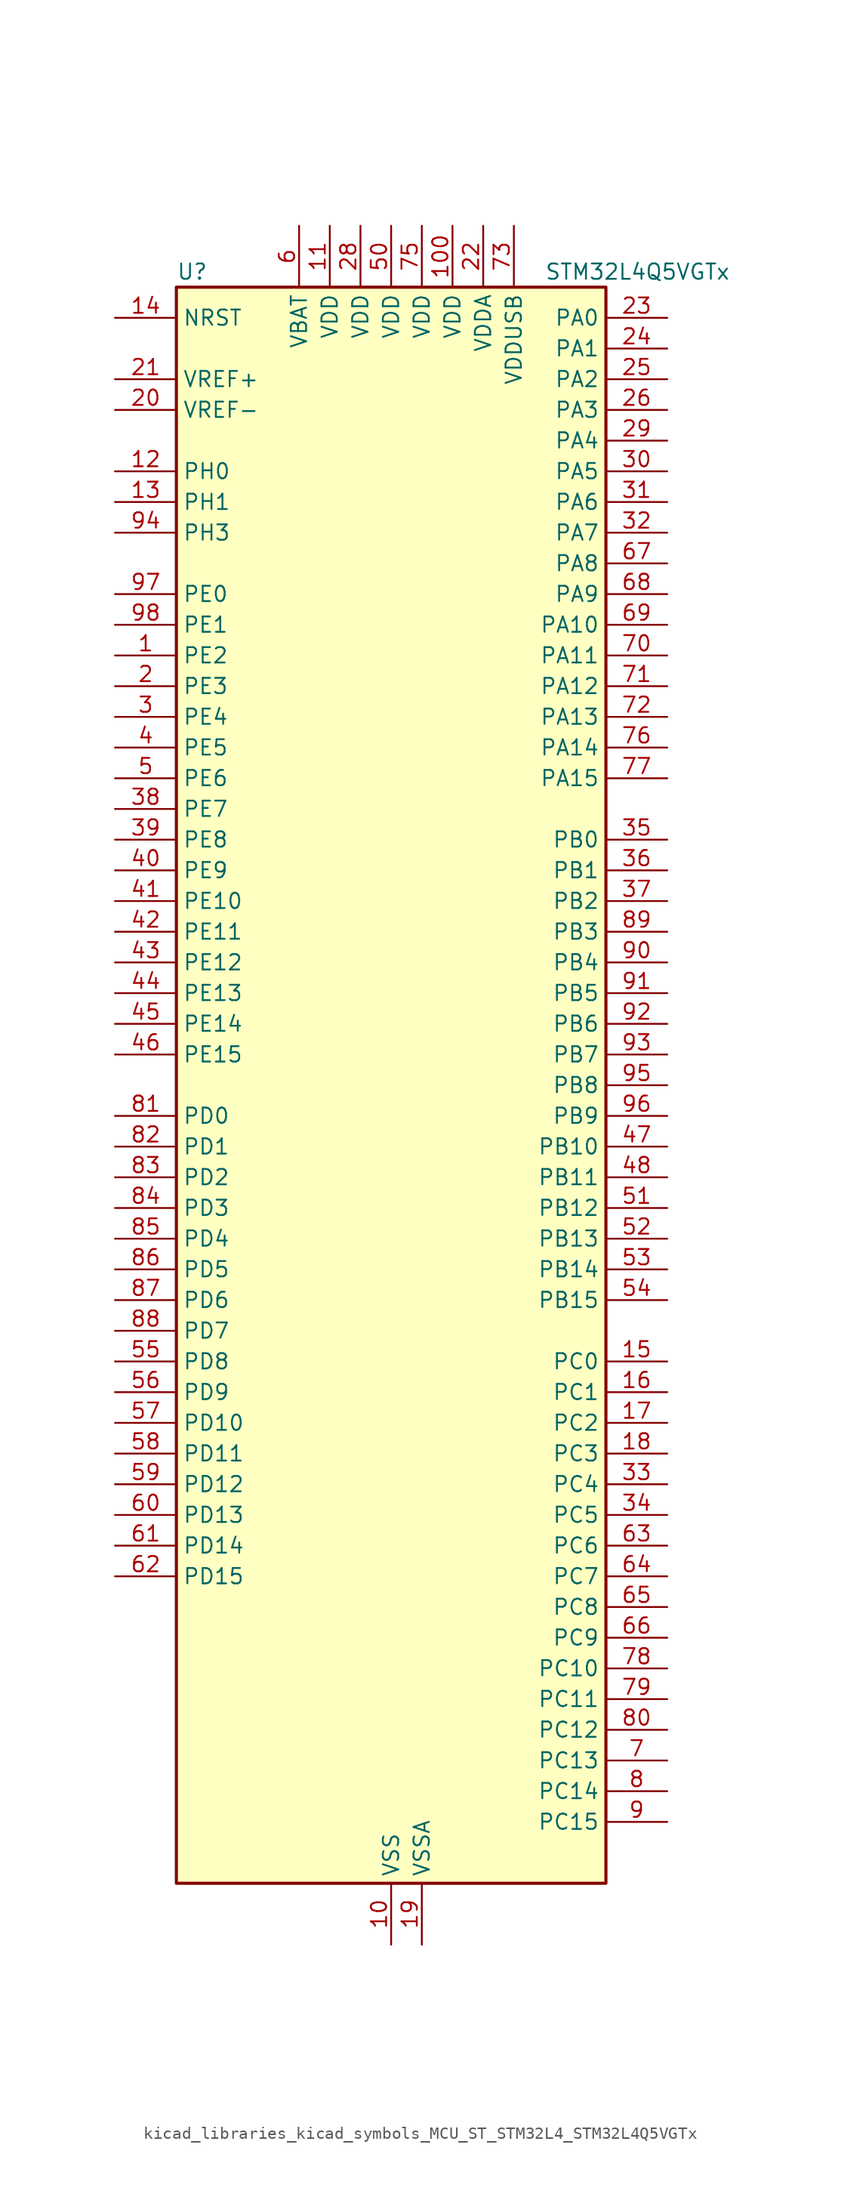
<source format=kicad_sym>
(kicad_symbol_lib
  (version 20220914)
  (generator kicad_symbol_editor)
  (symbol "kicad_libraries_kicad_symbols_MCU_ST_STM32L4_STM32L4Q5VGTx"
    (property "Reference" "U"
      (at -17.78 67.31 0)
      (effects (font (size 1.27 1.27)) (justify left)))
    (property "Value" "STM32L4Q5VGTx"
      (at 12.7 67.31 0)
      (effects (font (size 1.27 1.27)) (justify left)))
    (property "ki_locked" ""
      (at 0 0 0)
      (effects (font (size 1.27 1.27))))
    (symbol "kicad_libraries_kicad_symbols_MCU_ST_STM32L4_STM32L4Q5VGTx_0_1"
      (rectangle (start -17.78 -66.04) (end 17.78 66.04) (stroke (width 0.254) (type default)) (fill (type background))))
    (symbol "kicad_libraries_kicad_symbols_MCU_ST_STM32L4_STM32L4Q5VGTx_1_1"
      (pin bidirectional line (at -22.86 35.56 0) (length 5.08) (name "PE2" (effects (font (size 1.27 1.27)))) (number "1" (effects (font (size 1.27 1.27)))) (alternate "FMC_A23" bidirectional line) (alternate "LTDC_R7" bidirectional line) (alternate "SAI1_CK1" bidirectional line) (alternate "SAI1_MCLK_A" bidirectional line) (alternate "SYS_TRACECLK" bidirectional line) (alternate "TIM3_ETR" bidirectional line) (alternate "TSC_G7_IO1" bidirectional line))
      (pin power_in line (at 0 -71.12 90) (length 5.08) (name "VSS" (effects (font (size 1.27 1.27)))) (number "10" (effects (font (size 1.27 1.27)))))
      (pin power_in line (at 5.08 71.12 270) (length 5.08) (name "VDD" (effects (font (size 1.27 1.27)))) (number "100" (effects (font (size 1.27 1.27)))))
      (pin power_in line (at -5.08 71.12 270) (length 5.08) (name "VDD" (effects (font (size 1.27 1.27)))) (number "11" (effects (font (size 1.27 1.27)))))
      (pin bidirectional line (at -22.86 50.8 0) (length 5.08) (name "PH0" (effects (font (size 1.27 1.27)))) (number "12" (effects (font (size 1.27 1.27)))) (alternate "RCC_OSC_IN" bidirectional line))
      (pin bidirectional line (at -22.86 48.26 0) (length 5.08) (name "PH1" (effects (font (size 1.27 1.27)))) (number "13" (effects (font (size 1.27 1.27)))) (alternate "RCC_OSC_OUT" bidirectional line))
      (pin input line (at -22.86 63.5 0) (length 5.08) (name "NRST" (effects (font (size 1.27 1.27)))) (number "14" (effects (font (size 1.27 1.27)))))
      (pin bidirectional line (at 22.86 -22.86 180) (length 5.08) (name "PC0" (effects (font (size 1.27 1.27)))) (number "15" (effects (font (size 1.27 1.27)))) (alternate "ADC1_IN1" bidirectional line) (alternate "ADC2_IN1" bidirectional line) (alternate "I2C3_SCL" bidirectional line) (alternate "LPTIM1_IN1" bidirectional line) (alternate "LPTIM2_IN1" bidirectional line) (alternate "LPUART1_RX" bidirectional line) (alternate "LTDC_DE" bidirectional line) (alternate "SAI2_FS_A" bidirectional line) (alternate "SDMMC1_CMD" bidirectional line) (alternate "SDMMC2_CKIN" bidirectional line))
      (pin bidirectional line (at 22.86 -25.4 180) (length 5.08) (name "PC1" (effects (font (size 1.27 1.27)))) (number "16" (effects (font (size 1.27 1.27)))) (alternate "ADC1_IN2" bidirectional line) (alternate "ADC2_IN2" bidirectional line) (alternate "I2C3_SDA" bidirectional line) (alternate "LPTIM1_OUT" bidirectional line) (alternate "LPUART1_TX" bidirectional line) (alternate "OCTOSPIM_P1_IO4" bidirectional line) (alternate "SAI1_SD_A" bidirectional line) (alternate "SPI2_MOSI" bidirectional line) (alternate "SYS_TRACED0" bidirectional line))
      (pin bidirectional line (at 22.86 -27.94 180) (length 5.08) (name "PC2" (effects (font (size 1.27 1.27)))) (number "17" (effects (font (size 1.27 1.27)))) (alternate "ADC1_IN3" bidirectional line) (alternate "ADC2_IN3" bidirectional line) (alternate "DFSDM1_CKOUT" bidirectional line) (alternate "LPTIM1_IN2" bidirectional line) (alternate "LTDC_HSYNC" bidirectional line) (alternate "OCTOSPIM_P1_IO5" bidirectional line) (alternate "SPI2_MISO" bidirectional line))
      (pin bidirectional line (at 22.86 -30.48 180) (length 5.08) (name "PC3" (effects (font (size 1.27 1.27)))) (number "18" (effects (font (size 1.27 1.27)))) (alternate "ADC1_IN4" bidirectional line) (alternate "ADC2_IN4" bidirectional line) (alternate "LPTIM1_ETR" bidirectional line) (alternate "LPTIM2_ETR" bidirectional line) (alternate "OCTOSPIM_P1_IO6" bidirectional line) (alternate "SAI1_D1" bidirectional line) (alternate "SAI1_SD_A" bidirectional line) (alternate "SPI2_MOSI" bidirectional line))
      (pin power_in line (at 2.54 -71.12 90) (length 5.08) (name "VSSA" (effects (font (size 1.27 1.27)))) (number "19" (effects (font (size 1.27 1.27)))))
      (pin bidirectional line (at -22.86 33.02 0) (length 5.08) (name "PE3" (effects (font (size 1.27 1.27)))) (number "2" (effects (font (size 1.27 1.27)))) (alternate "FMC_A19" bidirectional line) (alternate "LTDC_R6" bidirectional line) (alternate "OCTOSPIM_P1_DQS" bidirectional line) (alternate "SAI1_SD_B" bidirectional line) (alternate "SYS_TRACED0" bidirectional line) (alternate "TIM3_CH1" bidirectional line) (alternate "TSC_G7_IO2" bidirectional line))
      (pin input line (at -22.86 55.88 0) (length 5.08) (name "VREF-" (effects (font (size 1.27 1.27)))) (number "20" (effects (font (size 1.27 1.27)))))
      (pin input line (at -22.86 58.42 0) (length 5.08) (name "VREF+" (effects (font (size 1.27 1.27)))) (number "21" (effects (font (size 1.27 1.27)))) (alternate "VREFBUF_OUT" bidirectional line))
      (pin power_in line (at 7.62 71.12 270) (length 5.08) (name "VDDA" (effects (font (size 1.27 1.27)))) (number "22" (effects (font (size 1.27 1.27)))))
      (pin bidirectional line (at 22.86 63.5 180) (length 5.08) (name "PA0" (effects (font (size 1.27 1.27)))) (number "23" (effects (font (size 1.27 1.27)))) (alternate "ADC1_IN5" bidirectional line) (alternate "ADC2_IN5" bidirectional line) (alternate "OPAMP1_VINP" bidirectional line) (alternate "RTC_TAMP2" bidirectional line) (alternate "SAI1_EXTCLK" bidirectional line) (alternate "SYS_WKUP1" bidirectional line) (alternate "TIM2_CH1" bidirectional line) (alternate "TIM2_ETR" bidirectional line) (alternate "TIM5_CH1" bidirectional line) (alternate "TIM8_ETR" bidirectional line) (alternate "UART4_TX" bidirectional line) (alternate "USART2_CTS" bidirectional line) (alternate "USART2_NSS" bidirectional line))
      (pin bidirectional line (at 22.86 60.96 180) (length 5.08) (name "PA1" (effects (font (size 1.27 1.27)))) (number "24" (effects (font (size 1.27 1.27)))) (alternate "ADC1_IN6" bidirectional line) (alternate "ADC2_IN6" bidirectional line) (alternate "I2C1_SMBA" bidirectional line) (alternate "OCTOSPIM_P1_DQS" bidirectional line) (alternate "OPAMP1_VINM" bidirectional line) (alternate "SDMMC2_CMD" bidirectional line) (alternate "SPI1_SCK" bidirectional line) (alternate "TIM15_CH1N" bidirectional line) (alternate "TIM2_CH2" bidirectional line) (alternate "TIM5_CH2" bidirectional line) (alternate "UART4_RX" bidirectional line) (alternate "USART2_DE" bidirectional line) (alternate "USART2_RTS" bidirectional line))
      (pin bidirectional line (at 22.86 58.42 180) (length 5.08) (name "PA2" (effects (font (size 1.27 1.27)))) (number "25" (effects (font (size 1.27 1.27)))) (alternate "ADC1_IN7" bidirectional line) (alternate "ADC2_IN7" bidirectional line) (alternate "LPUART1_TX" bidirectional line) (alternate "OCTOSPIM_P1_NCS" bidirectional line) (alternate "RCC_LSCO" bidirectional line) (alternate "SAI2_EXTCLK" bidirectional line) (alternate "SYS_WKUP4" bidirectional line) (alternate "TIM15_CH1" bidirectional line) (alternate "TIM2_CH3" bidirectional line) (alternate "TIM5_CH3" bidirectional line) (alternate "USART2_TX" bidirectional line))
      (pin bidirectional line (at 22.86 55.88 180) (length 5.08) (name "PA3" (effects (font (size 1.27 1.27)))) (number "26" (effects (font (size 1.27 1.27)))) (alternate "ADC1_IN8" bidirectional line) (alternate "ADC2_IN8" bidirectional line) (alternate "LPUART1_RX" bidirectional line) (alternate "OCTOSPIM_P1_CLK" bidirectional line) (alternate "OPAMP1_VOUT" bidirectional line) (alternate "SAI1_CK1" bidirectional line) (alternate "SAI1_MCLK_A" bidirectional line) (alternate "TIM15_CH2" bidirectional line) (alternate "TIM2_CH4" bidirectional line) (alternate "TIM5_CH4" bidirectional line) (alternate "USART2_RX" bidirectional line))
      (pin passive line (at 0 -71.12 90) (length 5.08) hide (name "VSS" (effects (font (size 1.27 1.27)))) (number "27" (effects (font (size 1.27 1.27)))))
      (pin power_in line (at -2.54 71.12 270) (length 5.08) (name "VDD" (effects (font (size 1.27 1.27)))) (number "28" (effects (font (size 1.27 1.27)))))
      (pin bidirectional line (at 22.86 53.34 180) (length 5.08) (name "PA4" (effects (font (size 1.27 1.27)))) (number "29" (effects (font (size 1.27 1.27)))) (alternate "ADC1_IN9" bidirectional line) (alternate "ADC2_IN9" bidirectional line) (alternate "DAC1_OUT1" bidirectional line) (alternate "DCMI_HSYNC" bidirectional line) (alternate "LPTIM2_OUT" bidirectional line) (alternate "LTDC_CLK" bidirectional line) (alternate "OCTOSPIM_P1_NCS" bidirectional line) (alternate "PSSI_DE" bidirectional line) (alternate "SAI1_FS_B" bidirectional line) (alternate "SPI1_NSS" bidirectional line) (alternate "SPI3_NSS" bidirectional line) (alternate "USART2_CK" bidirectional line))
      (pin bidirectional line (at -22.86 30.48 0) (length 5.08) (name "PE4" (effects (font (size 1.27 1.27)))) (number "3" (effects (font (size 1.27 1.27)))) (alternate "DCMI_D4" bidirectional line) (alternate "DFSDM1_DATIN3" bidirectional line) (alternate "FMC_A20" bidirectional line) (alternate "LTDC_B7" bidirectional line) (alternate "PSSI_D4" bidirectional line) (alternate "SAI1_D2" bidirectional line) (alternate "SAI1_FS_A" bidirectional line) (alternate "SYS_TRACED1" bidirectional line) (alternate "TIM3_CH2" bidirectional line) (alternate "TSC_G7_IO3" bidirectional line))
      (pin bidirectional line (at 22.86 50.8 180) (length 5.08) (name "PA5" (effects (font (size 1.27 1.27)))) (number "30" (effects (font (size 1.27 1.27)))) (alternate "ADC1_IN10" bidirectional line) (alternate "ADC2_IN10" bidirectional line) (alternate "DAC1_OUT2" bidirectional line) (alternate "LPTIM2_ETR" bidirectional line) (alternate "LTDC_R7" bidirectional line) (alternate "PSSI_D14" bidirectional line) (alternate "SPI1_SCK" bidirectional line) (alternate "TIM2_CH1" bidirectional line) (alternate "TIM2_ETR" bidirectional line) (alternate "TIM8_CH1N" bidirectional line))
      (pin bidirectional line (at 22.86 48.26 180) (length 5.08) (name "PA6" (effects (font (size 1.27 1.27)))) (number "31" (effects (font (size 1.27 1.27)))) (alternate "ADC1_IN11" bidirectional line) (alternate "ADC2_IN11" bidirectional line) (alternate "DCMI_PIXCLK" bidirectional line) (alternate "LPUART1_CTS" bidirectional line) (alternate "OCTOSPIM_P1_IO3" bidirectional line) (alternate "OPAMP2_VINP" bidirectional line) (alternate "PSSI_PDCK" bidirectional line) (alternate "SPI1_MISO" bidirectional line) (alternate "TIM16_CH1" bidirectional line) (alternate "TIM1_BKIN" bidirectional line) (alternate "TIM3_CH1" bidirectional line) (alternate "TIM8_BKIN" bidirectional line) (alternate "USART3_CTS" bidirectional line) (alternate "USART3_NSS" bidirectional line))
      (pin bidirectional line (at 22.86 45.72 180) (length 5.08) (name "PA7" (effects (font (size 1.27 1.27)))) (number "32" (effects (font (size 1.27 1.27)))) (alternate "ADC1_IN12" bidirectional line) (alternate "ADC2_IN12" bidirectional line) (alternate "I2C3_SCL" bidirectional line) (alternate "OCTOSPIM_P1_IO2" bidirectional line) (alternate "OPAMP2_VINM" bidirectional line) (alternate "SPI1_MOSI" bidirectional line) (alternate "TIM17_CH1" bidirectional line) (alternate "TIM1_CH1N" bidirectional line) (alternate "TIM3_CH2" bidirectional line) (alternate "TIM8_CH1N" bidirectional line))
      (pin bidirectional line (at 22.86 -33.02 180) (length 5.08) (name "PC4" (effects (font (size 1.27 1.27)))) (number "33" (effects (font (size 1.27 1.27)))) (alternate "ADC1_IN13" bidirectional line) (alternate "ADC2_IN13" bidirectional line) (alternate "COMP1_INM" bidirectional line) (alternate "OCTOSPIM_P1_IO7" bidirectional line) (alternate "OCTOSPIM_P2_NCS" bidirectional line) (alternate "USART3_TX" bidirectional line))
      (pin bidirectional line (at 22.86 -35.56 180) (length 5.08) (name "PC5" (effects (font (size 1.27 1.27)))) (number "34" (effects (font (size 1.27 1.27)))) (alternate "ADC1_IN14" bidirectional line) (alternate "ADC2_IN14" bidirectional line) (alternate "COMP1_INP" bidirectional line) (alternate "LTDC_CLK" bidirectional line) (alternate "PSSI_D15" bidirectional line) (alternate "SAI1_D3" bidirectional line) (alternate "SYS_WKUP5" bidirectional line) (alternate "USART3_RX" bidirectional line))
      (pin bidirectional line (at 22.86 20.32 180) (length 5.08) (name "PB0" (effects (font (size 1.27 1.27)))) (number "35" (effects (font (size 1.27 1.27)))) (alternate "ADC1_IN15" bidirectional line) (alternate "ADC2_IN15" bidirectional line) (alternate "COMP1_OUT" bidirectional line) (alternate "LTDC_B6" bidirectional line) (alternate "OCTOSPIM_P1_IO1" bidirectional line) (alternate "OPAMP2_VOUT" bidirectional line) (alternate "SAI1_EXTCLK" bidirectional line) (alternate "SPI1_NSS" bidirectional line) (alternate "TIM1_CH2N" bidirectional line) (alternate "TIM3_CH3" bidirectional line) (alternate "TIM8_CH2N" bidirectional line) (alternate "USART3_CK" bidirectional line))
      (pin bidirectional line (at 22.86 17.78 180) (length 5.08) (name "PB1" (effects (font (size 1.27 1.27)))) (number "36" (effects (font (size 1.27 1.27)))) (alternate "ADC1_IN16" bidirectional line) (alternate "ADC2_IN16" bidirectional line) (alternate "COMP1_INM" bidirectional line) (alternate "DFSDM1_DATIN0" bidirectional line) (alternate "LPTIM2_IN1" bidirectional line) (alternate "LPUART1_DE" bidirectional line) (alternate "LPUART1_RTS" bidirectional line) (alternate "LTDC_G6" bidirectional line) (alternate "OCTOSPIM_P1_IO0" bidirectional line) (alternate "TIM1_CH3N" bidirectional line) (alternate "TIM3_CH4" bidirectional line) (alternate "TIM8_CH3N" bidirectional line) (alternate "USART3_DE" bidirectional line) (alternate "USART3_RTS" bidirectional line))
      (pin bidirectional line (at 22.86 15.24 180) (length 5.08) (name "PB2" (effects (font (size 1.27 1.27)))) (number "37" (effects (font (size 1.27 1.27)))) (alternate "COMP1_INP" bidirectional line) (alternate "DFSDM1_CKIN0" bidirectional line) (alternate "I2C3_SMBA" bidirectional line) (alternate "LPTIM1_OUT" bidirectional line) (alternate "OCTOSPIM_P1_DQS" bidirectional line) (alternate "RTC_OUT2" bidirectional line))
      (pin bidirectional line (at -22.86 22.86 0) (length 5.08) (name "PE7" (effects (font (size 1.27 1.27)))) (number "38" (effects (font (size 1.27 1.27)))) (alternate "DFSDM1_DATIN2" bidirectional line) (alternate "FMC_D4" bidirectional line) (alternate "FMC_DA4" bidirectional line) (alternate "LTDC_B6" bidirectional line) (alternate "SAI1_SD_B" bidirectional line) (alternate "TIM1_ETR" bidirectional line))
      (pin bidirectional line (at -22.86 20.32 0) (length 5.08) (name "PE8" (effects (font (size 1.27 1.27)))) (number "39" (effects (font (size 1.27 1.27)))) (alternate "DFSDM1_CKIN2" bidirectional line) (alternate "FMC_D5" bidirectional line) (alternate "FMC_DA5" bidirectional line) (alternate "LTDC_B7" bidirectional line) (alternate "SAI1_SCK_B" bidirectional line) (alternate "TIM1_CH1N" bidirectional line))
      (pin bidirectional line (at -22.86 27.94 0) (length 5.08) (name "PE5" (effects (font (size 1.27 1.27)))) (number "4" (effects (font (size 1.27 1.27)))) (alternate "DCMI_D6" bidirectional line) (alternate "DFSDM1_CKIN3" bidirectional line) (alternate "FMC_A21" bidirectional line) (alternate "LTDC_G7" bidirectional line) (alternate "PSSI_D6" bidirectional line) (alternate "SAI1_CK2" bidirectional line) (alternate "SAI1_SCK_A" bidirectional line) (alternate "SYS_TRACED2" bidirectional line) (alternate "TIM3_CH3" bidirectional line) (alternate "TSC_G7_IO4" bidirectional line))
      (pin bidirectional line (at -22.86 17.78 0) (length 5.08) (name "PE9" (effects (font (size 1.27 1.27)))) (number "40" (effects (font (size 1.27 1.27)))) (alternate "DAC1_EXTI9" bidirectional line) (alternate "DFSDM1_CKOUT" bidirectional line) (alternate "FMC_D6" bidirectional line) (alternate "FMC_DA6" bidirectional line) (alternate "LTDC_G2" bidirectional line) (alternate "OCTOSPIM_P1_NCLK" bidirectional line) (alternate "SAI1_FS_B" bidirectional line) (alternate "TIM1_CH1" bidirectional line))
      (pin bidirectional line (at -22.86 15.24 0) (length 5.08) (name "PE10" (effects (font (size 1.27 1.27)))) (number "41" (effects (font (size 1.27 1.27)))) (alternate "FMC_D7" bidirectional line) (alternate "FMC_DA7" bidirectional line) (alternate "LTDC_G3" bidirectional line) (alternate "OCTOSPIM_P1_CLK" bidirectional line) (alternate "SAI1_MCLK_B" bidirectional line) (alternate "TIM1_CH2N" bidirectional line) (alternate "TSC_G5_IO1" bidirectional line))
      (pin bidirectional line (at -22.86 12.7 0) (length 5.08) (name "PE11" (effects (font (size 1.27 1.27)))) (number "42" (effects (font (size 1.27 1.27)))) (alternate "ADC1_EXTI11" bidirectional line) (alternate "ADC2_EXTI11" bidirectional line) (alternate "FMC_D8" bidirectional line) (alternate "FMC_DA8" bidirectional line) (alternate "LTDC_G4" bidirectional line) (alternate "OCTOSPIM_P1_NCS" bidirectional line) (alternate "TIM1_CH2" bidirectional line) (alternate "TSC_G5_IO2" bidirectional line))
      (pin bidirectional line (at -22.86 10.16 0) (length 5.08) (name "PE12" (effects (font (size 1.27 1.27)))) (number "43" (effects (font (size 1.27 1.27)))) (alternate "FMC_D9" bidirectional line) (alternate "FMC_DA9" bidirectional line) (alternate "LTDC_G5" bidirectional line) (alternate "OCTOSPIM_P1_IO0" bidirectional line) (alternate "SPI1_NSS" bidirectional line) (alternate "TIM1_CH3N" bidirectional line) (alternate "TSC_G5_IO3" bidirectional line))
      (pin bidirectional line (at -22.86 7.62 0) (length 5.08) (name "PE13" (effects (font (size 1.27 1.27)))) (number "44" (effects (font (size 1.27 1.27)))) (alternate "FMC_D10" bidirectional line) (alternate "FMC_DA10" bidirectional line) (alternate "LTDC_G6" bidirectional line) (alternate "OCTOSPIM_P1_IO1" bidirectional line) (alternate "SPI1_SCK" bidirectional line) (alternate "TIM1_CH3" bidirectional line) (alternate "TSC_G5_IO4" bidirectional line))
      (pin bidirectional line (at -22.86 5.08 0) (length 5.08) (name "PE14" (effects (font (size 1.27 1.27)))) (number "45" (effects (font (size 1.27 1.27)))) (alternate "FMC_D11" bidirectional line) (alternate "FMC_DA11" bidirectional line) (alternate "LTDC_G7" bidirectional line) (alternate "OCTOSPIM_P1_IO2" bidirectional line) (alternate "SPI1_MISO" bidirectional line) (alternate "TIM1_BKIN2" bidirectional line) (alternate "TIM1_CH4" bidirectional line))
      (pin bidirectional line (at -22.86 2.54 0) (length 5.08) (name "PE15" (effects (font (size 1.27 1.27)))) (number "46" (effects (font (size 1.27 1.27)))) (alternate "ADC1_EXTI15" bidirectional line) (alternate "ADC2_EXTI15" bidirectional line) (alternate "FMC_D12" bidirectional line) (alternate "FMC_DA12" bidirectional line) (alternate "LTDC_R2" bidirectional line) (alternate "OCTOSPIM_P1_IO3" bidirectional line) (alternate "SPI1_MOSI" bidirectional line) (alternate "TIM1_BKIN" bidirectional line))
      (pin bidirectional line (at 22.86 -5.08 180) (length 5.08) (name "PB10" (effects (font (size 1.27 1.27)))) (number "47" (effects (font (size 1.27 1.27)))) (alternate "COMP1_OUT" bidirectional line) (alternate "I2C2_SCL" bidirectional line) (alternate "I2C4_SCL" bidirectional line) (alternate "LPUART1_RX" bidirectional line) (alternate "OCTOSPIM_P1_CLK" bidirectional line) (alternate "OCTOSPIM_P1_IO3" bidirectional line) (alternate "SAI1_SCK_A" bidirectional line) (alternate "SPI2_SCK" bidirectional line) (alternate "TIM2_CH3" bidirectional line) (alternate "TSC_SYNC" bidirectional line) (alternate "USART3_TX" bidirectional line))
      (pin bidirectional line (at 22.86 -7.62 180) (length 5.08) (name "PB11" (effects (font (size 1.27 1.27)))) (number "48" (effects (font (size 1.27 1.27)))) (alternate "ADC1_EXTI11" bidirectional line) (alternate "ADC2_EXTI11" bidirectional line) (alternate "COMP2_OUT" bidirectional line) (alternate "I2C2_SDA" bidirectional line) (alternate "I2C4_SDA" bidirectional line) (alternate "LPUART1_TX" bidirectional line) (alternate "LTDC_VSYNC" bidirectional line) (alternate "OCTOSPIM_P1_NCS" bidirectional line) (alternate "TIM2_CH4" bidirectional line) (alternate "USART3_RX" bidirectional line))
      (pin passive line (at 0 -71.12 90) (length 5.08) hide (name "VSS" (effects (font (size 1.27 1.27)))) (number "49" (effects (font (size 1.27 1.27)))))
      (pin bidirectional line (at -22.86 25.4 0) (length 5.08) (name "PE6" (effects (font (size 1.27 1.27)))) (number "5" (effects (font (size 1.27 1.27)))) (alternate "DCMI_D7" bidirectional line) (alternate "FMC_A22" bidirectional line) (alternate "LTDC_G6" bidirectional line) (alternate "PSSI_D7" bidirectional line) (alternate "RTC_TAMP3" bidirectional line) (alternate "SAI1_D1" bidirectional line) (alternate "SAI1_SD_A" bidirectional line) (alternate "SYS_TRACED3" bidirectional line) (alternate "SYS_WKUP3" bidirectional line) (alternate "TIM3_CH4" bidirectional line))
      (pin power_in line (at 0 71.12 270) (length 5.08) (name "VDD" (effects (font (size 1.27 1.27)))) (number "50" (effects (font (size 1.27 1.27)))))
      (pin bidirectional line (at 22.86 -10.16 180) (length 5.08) (name "PB12" (effects (font (size 1.27 1.27)))) (number "51" (effects (font (size 1.27 1.27)))) (alternate "DFSDM1_DATIN1" bidirectional line) (alternate "I2C2_SMBA" bidirectional line) (alternate "LPUART1_DE" bidirectional line) (alternate "LPUART1_RTS" bidirectional line) (alternate "OCTOSPIM_P1_NCLK" bidirectional line) (alternate "SAI2_FS_A" bidirectional line) (alternate "SDMMC2_CK" bidirectional line) (alternate "SPI2_NSS" bidirectional line) (alternate "TIM15_BKIN" bidirectional line) (alternate "TIM1_BKIN" bidirectional line) (alternate "TSC_G1_IO1" bidirectional line) (alternate "USART3_CK" bidirectional line))
      (pin bidirectional line (at 22.86 -12.7 180) (length 5.08) (name "PB13" (effects (font (size 1.27 1.27)))) (number "52" (effects (font (size 1.27 1.27)))) (alternate "DFSDM1_CKIN1" bidirectional line) (alternate "I2C2_SCL" bidirectional line) (alternate "LPUART1_CTS" bidirectional line) (alternate "OCTOSPIM_P1_IO1" bidirectional line) (alternate "SAI2_SCK_A" bidirectional line) (alternate "SPI2_SCK" bidirectional line) (alternate "TIM15_CH1N" bidirectional line) (alternate "TIM1_CH1N" bidirectional line) (alternate "TSC_G1_IO2" bidirectional line) (alternate "USART3_CTS" bidirectional line) (alternate "USART3_NSS" bidirectional line))
      (pin bidirectional line (at 22.86 -15.24 180) (length 5.08) (name "PB14" (effects (font (size 1.27 1.27)))) (number "53" (effects (font (size 1.27 1.27)))) (alternate "DFSDM1_DATIN2" bidirectional line) (alternate "I2C2_SDA" bidirectional line) (alternate "OCTOSPIM_P1_IO6" bidirectional line) (alternate "SAI2_MCLK_A" bidirectional line) (alternate "SDMMC2_D0" bidirectional line) (alternate "SPI2_MISO" bidirectional line) (alternate "TIM15_CH1" bidirectional line) (alternate "TIM1_CH2N" bidirectional line) (alternate "TIM8_CH2N" bidirectional line) (alternate "TSC_G1_IO3" bidirectional line) (alternate "USART3_DE" bidirectional line) (alternate "USART3_RTS" bidirectional line))
      (pin bidirectional line (at 22.86 -17.78 180) (length 5.08) (name "PB15" (effects (font (size 1.27 1.27)))) (number "54" (effects (font (size 1.27 1.27)))) (alternate "ADC1_EXTI15" bidirectional line) (alternate "ADC2_EXTI15" bidirectional line) (alternate "DFSDM1_CKIN2" bidirectional line) (alternate "OCTOSPIM_P1_IO7" bidirectional line) (alternate "RTC_REFIN" bidirectional line) (alternate "SAI2_SD_A" bidirectional line) (alternate "SDMMC2_D1" bidirectional line) (alternate "SPI2_MOSI" bidirectional line) (alternate "TIM15_CH2" bidirectional line) (alternate "TIM1_CH3N" bidirectional line) (alternate "TIM8_CH3N" bidirectional line) (alternate "TSC_G1_IO4" bidirectional line))
      (pin bidirectional line (at -22.86 -22.86 0) (length 5.08) (name "PD8" (effects (font (size 1.27 1.27)))) (number "55" (effects (font (size 1.27 1.27)))) (alternate "DCMI_HSYNC" bidirectional line) (alternate "FMC_D13" bidirectional line) (alternate "FMC_DA13" bidirectional line) (alternate "LTDC_R3" bidirectional line) (alternate "PSSI_DE" bidirectional line) (alternate "USART3_TX" bidirectional line))
      (pin bidirectional line (at -22.86 -25.4 0) (length 5.08) (name "PD9" (effects (font (size 1.27 1.27)))) (number "56" (effects (font (size 1.27 1.27)))) (alternate "DAC1_EXTI9" bidirectional line) (alternate "DCMI_PIXCLK" bidirectional line) (alternate "FMC_D14" bidirectional line) (alternate "FMC_DA14" bidirectional line) (alternate "LTDC_R4" bidirectional line) (alternate "PSSI_PDCK" bidirectional line) (alternate "SAI2_MCLK_A" bidirectional line) (alternate "USART3_RX" bidirectional line))
      (pin bidirectional line (at -22.86 -27.94 0) (length 5.08) (name "PD10" (effects (font (size 1.27 1.27)))) (number "57" (effects (font (size 1.27 1.27)))) (alternate "FMC_D15" bidirectional line) (alternate "FMC_DA15" bidirectional line) (alternate "LTDC_R5" bidirectional line) (alternate "SAI2_SCK_A" bidirectional line) (alternate "TSC_G6_IO1" bidirectional line) (alternate "USART3_CK" bidirectional line))
      (pin bidirectional line (at -22.86 -30.48 0) (length 5.08) (name "PD11" (effects (font (size 1.27 1.27)))) (number "58" (effects (font (size 1.27 1.27)))) (alternate "ADC1_EXTI11" bidirectional line) (alternate "ADC2_EXTI11" bidirectional line) (alternate "FMC_A16" bidirectional line) (alternate "FMC_CLE" bidirectional line) (alternate "I2C4_SMBA" bidirectional line) (alternate "LPTIM2_ETR" bidirectional line) (alternate "LTDC_R6" bidirectional line) (alternate "SAI2_SD_A" bidirectional line) (alternate "TSC_G6_IO2" bidirectional line) (alternate "USART3_CTS" bidirectional line) (alternate "USART3_NSS" bidirectional line))
      (pin bidirectional line (at -22.86 -33.02 0) (length 5.08) (name "PD12" (effects (font (size 1.27 1.27)))) (number "59" (effects (font (size 1.27 1.27)))) (alternate "FMC_A17" bidirectional line) (alternate "FMC_ALE" bidirectional line) (alternate "I2C4_SCL" bidirectional line) (alternate "LPTIM2_IN1" bidirectional line) (alternate "LTDC_R7" bidirectional line) (alternate "SAI2_FS_A" bidirectional line) (alternate "TIM4_CH1" bidirectional line) (alternate "TSC_G6_IO3" bidirectional line) (alternate "USART3_DE" bidirectional line) (alternate "USART3_RTS" bidirectional line))
      (pin power_in line (at -7.62 71.12 270) (length 5.08) (name "VBAT" (effects (font (size 1.27 1.27)))) (number "6" (effects (font (size 1.27 1.27)))))
      (pin bidirectional line (at -22.86 -35.56 0) (length 5.08) (name "PD13" (effects (font (size 1.27 1.27)))) (number "60" (effects (font (size 1.27 1.27)))) (alternate "FMC_A18" bidirectional line) (alternate "I2C4_SDA" bidirectional line) (alternate "LPTIM2_OUT" bidirectional line) (alternate "TIM4_CH2" bidirectional line) (alternate "TSC_G6_IO4" bidirectional line))
      (pin bidirectional line (at -22.86 -38.1 0) (length 5.08) (name "PD14" (effects (font (size 1.27 1.27)))) (number "61" (effects (font (size 1.27 1.27)))) (alternate "FMC_D0" bidirectional line) (alternate "FMC_DA0" bidirectional line) (alternate "LTDC_B2" bidirectional line) (alternate "TIM4_CH3" bidirectional line))
      (pin bidirectional line (at -22.86 -40.64 0) (length 5.08) (name "PD15" (effects (font (size 1.27 1.27)))) (number "62" (effects (font (size 1.27 1.27)))) (alternate "ADC1_EXTI15" bidirectional line) (alternate "ADC2_EXTI15" bidirectional line) (alternate "FMC_D1" bidirectional line) (alternate "FMC_DA1" bidirectional line) (alternate "LTDC_B3" bidirectional line) (alternate "TIM4_CH4" bidirectional line))
      (pin bidirectional line (at 22.86 -38.1 180) (length 5.08) (name "PC6" (effects (font (size 1.27 1.27)))) (number "63" (effects (font (size 1.27 1.27)))) (alternate "DCMI_D0" bidirectional line) (alternate "DFSDM1_CKIN3" bidirectional line) (alternate "LTDC_G7" bidirectional line) (alternate "PSSI_D0" bidirectional line) (alternate "SAI2_MCLK_A" bidirectional line) (alternate "SDMMC1_D0DIR" bidirectional line) (alternate "SDMMC1_D6" bidirectional line) (alternate "SDMMC2_D6" bidirectional line) (alternate "TIM3_CH1" bidirectional line) (alternate "TIM8_CH1" bidirectional line) (alternate "TSC_G4_IO1" bidirectional line))
      (pin bidirectional line (at 22.86 -40.64 180) (length 5.08) (name "PC7" (effects (font (size 1.27 1.27)))) (number "64" (effects (font (size 1.27 1.27)))) (alternate "DCMI_D1" bidirectional line) (alternate "DFSDM1_DATIN3" bidirectional line) (alternate "LTDC_B6" bidirectional line) (alternate "PSSI_D1" bidirectional line) (alternate "SAI2_MCLK_B" bidirectional line) (alternate "SDMMC1_D123DIR" bidirectional line) (alternate "SDMMC1_D7" bidirectional line) (alternate "SDMMC2_D7" bidirectional line) (alternate "TIM3_CH2" bidirectional line) (alternate "TIM8_CH2" bidirectional line) (alternate "TSC_G4_IO2" bidirectional line))
      (pin bidirectional line (at 22.86 -43.18 180) (length 5.08) (name "PC8" (effects (font (size 1.27 1.27)))) (number "65" (effects (font (size 1.27 1.27)))) (alternate "DCMI_D2" bidirectional line) (alternate "PSSI_D2" bidirectional line) (alternate "SDMMC1_D0" bidirectional line) (alternate "TIM3_CH3" bidirectional line) (alternate "TIM8_CH3" bidirectional line) (alternate "TSC_G4_IO3" bidirectional line))
      (pin bidirectional line (at 22.86 -45.72 180) (length 5.08) (name "PC9" (effects (font (size 1.27 1.27)))) (number "66" (effects (font (size 1.27 1.27)))) (alternate "DAC1_EXTI9" bidirectional line) (alternate "DCMI_D3" bidirectional line) (alternate "I2C3_SDA" bidirectional line) (alternate "PSSI_D3" bidirectional line) (alternate "SAI2_EXTCLK" bidirectional line) (alternate "SDMMC1_D1" bidirectional line) (alternate "SYS_TRACED0" bidirectional line) (alternate "TIM3_CH4" bidirectional line) (alternate "TIM8_BKIN2" bidirectional line) (alternate "TIM8_CH4" bidirectional line) (alternate "TSC_G4_IO4" bidirectional line) (alternate "USB_OTG_FS_NOE" bidirectional line))
      (pin bidirectional line (at 22.86 43.18 180) (length 5.08) (name "PA8" (effects (font (size 1.27 1.27)))) (number "67" (effects (font (size 1.27 1.27)))) (alternate "LPTIM2_OUT" bidirectional line) (alternate "LTDC_B7" bidirectional line) (alternate "RCC_MCO" bidirectional line) (alternate "SAI1_CK2" bidirectional line) (alternate "SAI1_SCK_A" bidirectional line) (alternate "TIM1_CH1" bidirectional line) (alternate "USART1_CK" bidirectional line) (alternate "USB_OTG_FS_SOF" bidirectional line))
      (pin bidirectional line (at 22.86 40.64 180) (length 5.08) (name "PA9" (effects (font (size 1.27 1.27)))) (number "68" (effects (font (size 1.27 1.27)))) (alternate "DAC1_EXTI9" bidirectional line) (alternate "DCMI_D0" bidirectional line) (alternate "LTDC_G7" bidirectional line) (alternate "PSSI_D0" bidirectional line) (alternate "SAI1_FS_A" bidirectional line) (alternate "SPI2_SCK" bidirectional line) (alternate "TIM15_BKIN" bidirectional line) (alternate "TIM1_CH2" bidirectional line) (alternate "USART1_TX" bidirectional line) (alternate "USB_OTG_FS_VBUS" bidirectional line))
      (pin bidirectional line (at 22.86 38.1 180) (length 5.08) (name "PA10" (effects (font (size 1.27 1.27)))) (number "69" (effects (font (size 1.27 1.27)))) (alternate "DCMI_D1" bidirectional line) (alternate "LTDC_G6" bidirectional line) (alternate "PSSI_D1" bidirectional line) (alternate "SAI1_D1" bidirectional line) (alternate "SAI1_SD_A" bidirectional line) (alternate "TIM17_BKIN" bidirectional line) (alternate "TIM1_CH3" bidirectional line) (alternate "USART1_RX" bidirectional line) (alternate "USB_OTG_FS_ID" bidirectional line))
      (pin bidirectional line (at 22.86 -55.88 180) (length 5.08) (name "PC13" (effects (font (size 1.27 1.27)))) (number "7" (effects (font (size 1.27 1.27)))) (alternate "RTC_OUT1" bidirectional line) (alternate "RTC_TAMP1" bidirectional line) (alternate "RTC_TS" bidirectional line) (alternate "SYS_WKUP2" bidirectional line))
      (pin bidirectional line (at 22.86 35.56 180) (length 5.08) (name "PA11" (effects (font (size 1.27 1.27)))) (number "70" (effects (font (size 1.27 1.27)))) (alternate "ADC1_EXTI11" bidirectional line) (alternate "ADC2_EXTI11" bidirectional line) (alternate "CAN1_RX" bidirectional line) (alternate "LTDC_DE" bidirectional line) (alternate "SPI1_MISO" bidirectional line) (alternate "TIM1_BKIN2" bidirectional line) (alternate "TIM1_CH4" bidirectional line) (alternate "USART1_CTS" bidirectional line) (alternate "USART1_NSS" bidirectional line) (alternate "USB_OTG_FS_DM" bidirectional line))
      (pin bidirectional line (at 22.86 33.02 180) (length 5.08) (name "PA12" (effects (font (size 1.27 1.27)))) (number "71" (effects (font (size 1.27 1.27)))) (alternate "CAN1_TX" bidirectional line) (alternate "LTDC_VSYNC" bidirectional line) (alternate "OCTOSPIM_P2_NCS" bidirectional line) (alternate "SPI1_MOSI" bidirectional line) (alternate "TIM1_ETR" bidirectional line) (alternate "USART1_DE" bidirectional line) (alternate "USART1_RTS" bidirectional line) (alternate "USB_OTG_FS_DP" bidirectional line))
      (pin bidirectional line (at 22.86 30.48 180) (length 5.08) (name "PA13" (effects (font (size 1.27 1.27)))) (number "72" (effects (font (size 1.27 1.27)))) (alternate "IR_OUT" bidirectional line) (alternate "SAI1_SD_B" bidirectional line) (alternate "SYS_JTMS-SWDIO" bidirectional line) (alternate "USB_OTG_FS_NOE" bidirectional line))
      (pin power_in line (at 10.16 71.12 270) (length 5.08) (name "VDDUSB" (effects (font (size 1.27 1.27)))) (number "73" (effects (font (size 1.27 1.27)))))
      (pin passive line (at 0 -71.12 90) (length 5.08) hide (name "VSS" (effects (font (size 1.27 1.27)))) (number "74" (effects (font (size 1.27 1.27)))))
      (pin power_in line (at 2.54 71.12 270) (length 5.08) (name "VDD" (effects (font (size 1.27 1.27)))) (number "75" (effects (font (size 1.27 1.27)))))
      (pin bidirectional line (at 22.86 27.94 180) (length 5.08) (name "PA14" (effects (font (size 1.27 1.27)))) (number "76" (effects (font (size 1.27 1.27)))) (alternate "I2C1_SMBA" bidirectional line) (alternate "I2C4_SMBA" bidirectional line) (alternate "LPTIM1_OUT" bidirectional line) (alternate "SAI1_FS_B" bidirectional line) (alternate "SYS_JTCK-SWCLK" bidirectional line) (alternate "USB_OTG_FS_SOF" bidirectional line))
      (pin bidirectional line (at 22.86 25.4 180) (length 5.08) (name "PA15" (effects (font (size 1.27 1.27)))) (number "77" (effects (font (size 1.27 1.27)))) (alternate "ADC1_EXTI15" bidirectional line) (alternate "ADC2_EXTI15" bidirectional line) (alternate "LTDC_HSYNC" bidirectional line) (alternate "SAI2_FS_B" bidirectional line) (alternate "SPI1_NSS" bidirectional line) (alternate "SPI3_NSS" bidirectional line) (alternate "SYS_JTDI" bidirectional line) (alternate "TIM2_CH1" bidirectional line) (alternate "TIM2_ETR" bidirectional line) (alternate "TSC_G3_IO1" bidirectional line) (alternate "UART4_DE" bidirectional line) (alternate "UART4_RTS" bidirectional line) (alternate "USART2_RX" bidirectional line) (alternate "USART3_DE" bidirectional line) (alternate "USART3_RTS" bidirectional line))
      (pin bidirectional line (at 22.86 -48.26 180) (length 5.08) (name "PC10" (effects (font (size 1.27 1.27)))) (number "78" (effects (font (size 1.27 1.27)))) (alternate "DCMI_D8" bidirectional line) (alternate "DCMI_VSYNC" bidirectional line) (alternate "PSSI_D8" bidirectional line) (alternate "PSSI_RDY" bidirectional line) (alternate "SAI2_SCK_B" bidirectional line) (alternate "SDMMC1_D2" bidirectional line) (alternate "SPI3_SCK" bidirectional line) (alternate "SYS_TRACED1" bidirectional line) (alternate "TSC_G3_IO2" bidirectional line) (alternate "UART4_TX" bidirectional line) (alternate "USART3_TX" bidirectional line))
      (pin bidirectional line (at 22.86 -50.8 180) (length 5.08) (name "PC11" (effects (font (size 1.27 1.27)))) (number "79" (effects (font (size 1.27 1.27)))) (alternate "ADC1_EXTI11" bidirectional line) (alternate "ADC2_EXTI11" bidirectional line) (alternate "DCMI_D2" bidirectional line) (alternate "DCMI_D4" bidirectional line) (alternate "OCTOSPIM_P1_NCS" bidirectional line) (alternate "PSSI_D2" bidirectional line) (alternate "PSSI_D4" bidirectional line) (alternate "SAI2_MCLK_B" bidirectional line) (alternate "SDMMC1_D3" bidirectional line) (alternate "SPI3_MISO" bidirectional line) (alternate "TSC_G3_IO3" bidirectional line) (alternate "UART4_RX" bidirectional line) (alternate "USART3_RX" bidirectional line))
      (pin bidirectional line (at 22.86 -58.42 180) (length 5.08) (name "PC14" (effects (font (size 1.27 1.27)))) (number "8" (effects (font (size 1.27 1.27)))) (alternate "RCC_OSC32_IN" bidirectional line))
      (pin bidirectional line (at 22.86 -53.34 180) (length 5.08) (name "PC12" (effects (font (size 1.27 1.27)))) (number "80" (effects (font (size 1.27 1.27)))) (alternate "DCMI_D9" bidirectional line) (alternate "LTDC_R6" bidirectional line) (alternate "PSSI_D9" bidirectional line) (alternate "SAI2_SD_B" bidirectional line) (alternate "SDMMC1_CK" bidirectional line) (alternate "SPI3_MOSI" bidirectional line) (alternate "SYS_TRACED3" bidirectional line) (alternate "TSC_G3_IO4" bidirectional line) (alternate "UART5_TX" bidirectional line) (alternate "USART3_CK" bidirectional line))
      (pin bidirectional line (at -22.86 -2.54 0) (length 5.08) (name "PD0" (effects (font (size 1.27 1.27)))) (number "81" (effects (font (size 1.27 1.27)))) (alternate "CAN1_RX" bidirectional line) (alternate "FMC_D2" bidirectional line) (alternate "FMC_DA2" bidirectional line) (alternate "LTDC_B4" bidirectional line) (alternate "SPI2_NSS" bidirectional line))
      (pin bidirectional line (at -22.86 -5.08 0) (length 5.08) (name "PD1" (effects (font (size 1.27 1.27)))) (number "82" (effects (font (size 1.27 1.27)))) (alternate "CAN1_TX" bidirectional line) (alternate "FMC_D3" bidirectional line) (alternate "FMC_DA3" bidirectional line) (alternate "LTDC_B5" bidirectional line) (alternate "SPI2_SCK" bidirectional line))
      (pin bidirectional line (at -22.86 -7.62 0) (length 5.08) (name "PD2" (effects (font (size 1.27 1.27)))) (number "83" (effects (font (size 1.27 1.27)))) (alternate "DCMI_D11" bidirectional line) (alternate "PSSI_D11" bidirectional line) (alternate "SDMMC1_CMD" bidirectional line) (alternate "SYS_TRACED2" bidirectional line) (alternate "TIM3_ETR" bidirectional line) (alternate "TSC_SYNC" bidirectional line) (alternate "UART5_RX" bidirectional line) (alternate "USART3_DE" bidirectional line) (alternate "USART3_RTS" bidirectional line))
      (pin bidirectional line (at -22.86 -10.16 0) (length 5.08) (name "PD3" (effects (font (size 1.27 1.27)))) (number "84" (effects (font (size 1.27 1.27)))) (alternate "DCMI_D5" bidirectional line) (alternate "DFSDM1_DATIN0" bidirectional line) (alternate "FMC_CLK" bidirectional line) (alternate "LTDC_CLK" bidirectional line) (alternate "OCTOSPIM_P2_NCS" bidirectional line) (alternate "PSSI_D5" bidirectional line) (alternate "SPI2_MISO" bidirectional line) (alternate "SPI2_SCK" bidirectional line) (alternate "USART2_CTS" bidirectional line) (alternate "USART2_NSS" bidirectional line))
      (pin bidirectional line (at -22.86 -12.7 0) (length 5.08) (name "PD4" (effects (font (size 1.27 1.27)))) (number "85" (effects (font (size 1.27 1.27)))) (alternate "DFSDM1_CKIN0" bidirectional line) (alternate "FMC_NOE" bidirectional line) (alternate "OCTOSPIM_P1_IO4" bidirectional line) (alternate "SDMMC2_CKIN" bidirectional line) (alternate "SPI2_MOSI" bidirectional line) (alternate "USART2_DE" bidirectional line) (alternate "USART2_RTS" bidirectional line))
      (pin bidirectional line (at -22.86 -15.24 0) (length 5.08) (name "PD5" (effects (font (size 1.27 1.27)))) (number "86" (effects (font (size 1.27 1.27)))) (alternate "FMC_NWE" bidirectional line) (alternate "OCTOSPIM_P1_IO5" bidirectional line) (alternate "USART2_TX" bidirectional line))
      (pin bidirectional line (at -22.86 -17.78 0) (length 5.08) (name "PD6" (effects (font (size 1.27 1.27)))) (number "87" (effects (font (size 1.27 1.27)))) (alternate "DCMI_D10" bidirectional line) (alternate "DFSDM1_DATIN1" bidirectional line) (alternate "FMC_NWAIT" bidirectional line) (alternate "LTDC_DE" bidirectional line) (alternate "OCTOSPIM_P1_IO6" bidirectional line) (alternate "PSSI_D10" bidirectional line) (alternate "SAI1_D1" bidirectional line) (alternate "SAI1_SD_A" bidirectional line) (alternate "SDMMC2_CK" bidirectional line) (alternate "SPI3_MOSI" bidirectional line) (alternate "USART2_RX" bidirectional line))
      (pin bidirectional line (at -22.86 -20.32 0) (length 5.08) (name "PD7" (effects (font (size 1.27 1.27)))) (number "88" (effects (font (size 1.27 1.27)))) (alternate "DFSDM1_CKIN1" bidirectional line) (alternate "FMC_NCE" bidirectional line) (alternate "FMC_NE1" bidirectional line) (alternate "OCTOSPIM_P1_IO7" bidirectional line) (alternate "SDMMC2_CMD" bidirectional line) (alternate "USART2_CK" bidirectional line))
      (pin bidirectional line (at 22.86 12.7 180) (length 5.08) (name "PB3" (effects (font (size 1.27 1.27)))) (number "89" (effects (font (size 1.27 1.27)))) (alternate "COMP2_INM" bidirectional line) (alternate "CRS_SYNC" bidirectional line) (alternate "OCTOSPIM_P1_IO4" bidirectional line) (alternate "SAI1_SCK_B" bidirectional line) (alternate "SDMMC2_D2" bidirectional line) (alternate "SPI1_SCK" bidirectional line) (alternate "SPI3_SCK" bidirectional line) (alternate "SYS_JTDO-SWO" bidirectional line) (alternate "TIM2_CH2" bidirectional line) (alternate "USART1_DE" bidirectional line) (alternate "USART1_RTS" bidirectional line))
      (pin bidirectional line (at 22.86 -60.96 180) (length 5.08) (name "PC15" (effects (font (size 1.27 1.27)))) (number "9" (effects (font (size 1.27 1.27)))) (alternate "ADC1_EXTI15" bidirectional line) (alternate "ADC2_EXTI15" bidirectional line) (alternate "RCC_OSC32_OUT" bidirectional line))
      (pin bidirectional line (at 22.86 10.16 180) (length 5.08) (name "PB4" (effects (font (size 1.27 1.27)))) (number "90" (effects (font (size 1.27 1.27)))) (alternate "COMP2_INP" bidirectional line) (alternate "DCMI_D12" bidirectional line) (alternate "I2C3_SDA" bidirectional line) (alternate "OCTOSPIM_P1_IO5" bidirectional line) (alternate "PSSI_D12" bidirectional line) (alternate "SAI1_MCLK_B" bidirectional line) (alternate "SDMMC2_D3" bidirectional line) (alternate "SPI1_MISO" bidirectional line) (alternate "SPI3_MISO" bidirectional line) (alternate "SYS_JTRST" bidirectional line) (alternate "TIM17_BKIN" bidirectional line) (alternate "TIM3_CH1" bidirectional line) (alternate "TSC_G2_IO1" bidirectional line) (alternate "UART5_DE" bidirectional line) (alternate "UART5_RTS" bidirectional line) (alternate "USART1_CTS" bidirectional line) (alternate "USART1_NSS" bidirectional line))
      (pin bidirectional line (at 22.86 7.62 180) (length 5.08) (name "PB5" (effects (font (size 1.27 1.27)))) (number "91" (effects (font (size 1.27 1.27)))) (alternate "COMP2_OUT" bidirectional line) (alternate "DCMI_D10" bidirectional line) (alternate "I2C1_SMBA" bidirectional line) (alternate "LPTIM1_IN1" bidirectional line) (alternate "OCTOSPIM_P1_IO0" bidirectional line) (alternate "PSSI_D10" bidirectional line) (alternate "SAI1_SD_B" bidirectional line) (alternate "SPI1_MOSI" bidirectional line) (alternate "SPI3_MOSI" bidirectional line) (alternate "TIM16_BKIN" bidirectional line) (alternate "TIM3_CH2" bidirectional line) (alternate "TSC_G2_IO2" bidirectional line) (alternate "UART5_CTS" bidirectional line) (alternate "USART1_CK" bidirectional line))
      (pin bidirectional line (at 22.86 5.08 180) (length 5.08) (name "PB6" (effects (font (size 1.27 1.27)))) (number "92" (effects (font (size 1.27 1.27)))) (alternate "COMP2_INP" bidirectional line) (alternate "DCMI_D5" bidirectional line) (alternate "I2C1_SCL" bidirectional line) (alternate "I2C4_SCL" bidirectional line) (alternate "LPTIM1_ETR" bidirectional line) (alternate "LTDC_R6" bidirectional line) (alternate "PSSI_D5" bidirectional line) (alternate "SAI1_FS_B" bidirectional line) (alternate "TIM16_CH1N" bidirectional line) (alternate "TIM4_CH1" bidirectional line) (alternate "TIM8_BKIN2" bidirectional line) (alternate "TSC_G2_IO3" bidirectional line) (alternate "USART1_TX" bidirectional line))
      (pin bidirectional line (at 22.86 2.54 180) (length 5.08) (name "PB7" (effects (font (size 1.27 1.27)))) (number "93" (effects (font (size 1.27 1.27)))) (alternate "COMP2_INM" bidirectional line) (alternate "DCMI_VSYNC" bidirectional line) (alternate "FMC_NL" bidirectional line) (alternate "I2C1_SDA" bidirectional line) (alternate "I2C4_SDA" bidirectional line) (alternate "LPTIM1_IN2" bidirectional line) (alternate "LTDC_VSYNC" bidirectional line) (alternate "PSSI_RDY" bidirectional line) (alternate "SYS_PVD_IN" bidirectional line) (alternate "TIM17_CH1N" bidirectional line) (alternate "TIM4_CH2" bidirectional line) (alternate "TIM8_BKIN" bidirectional line) (alternate "TSC_G2_IO4" bidirectional line) (alternate "UART4_CTS" bidirectional line) (alternate "USART1_RX" bidirectional line))
      (pin bidirectional line (at -22.86 45.72 0) (length 5.08) (name "PH3" (effects (font (size 1.27 1.27)))) (number "94" (effects (font (size 1.27 1.27)))))
      (pin bidirectional line (at 22.86 0 180) (length 5.08) (name "PB8" (effects (font (size 1.27 1.27)))) (number "95" (effects (font (size 1.27 1.27)))) (alternate "CAN1_RX" bidirectional line) (alternate "DCMI_D6" bidirectional line) (alternate "DFSDM1_CKOUT" bidirectional line) (alternate "I2C1_SCL" bidirectional line) (alternate "LTDC_DE" bidirectional line) (alternate "PSSI_D6" bidirectional line) (alternate "SAI1_CK1" bidirectional line) (alternate "SAI1_MCLK_A" bidirectional line) (alternate "SDMMC1_CKIN" bidirectional line) (alternate "SDMMC1_D4" bidirectional line) (alternate "SDMMC2_D4" bidirectional line) (alternate "TIM16_CH1" bidirectional line) (alternate "TIM4_CH3" bidirectional line))
      (pin bidirectional line (at 22.86 -2.54 180) (length 5.08) (name "PB9" (effects (font (size 1.27 1.27)))) (number "96" (effects (font (size 1.27 1.27)))) (alternate "CAN1_TX" bidirectional line) (alternate "DAC1_EXTI9" bidirectional line) (alternate "DCMI_D7" bidirectional line) (alternate "I2C1_SDA" bidirectional line) (alternate "IR_OUT" bidirectional line) (alternate "PSSI_D7" bidirectional line) (alternate "SAI1_D2" bidirectional line) (alternate "SAI1_FS_A" bidirectional line) (alternate "SDMMC1_CDIR" bidirectional line) (alternate "SDMMC1_D5" bidirectional line) (alternate "SDMMC2_D5" bidirectional line) (alternate "SPI2_NSS" bidirectional line) (alternate "TIM17_CH1" bidirectional line) (alternate "TIM4_CH4" bidirectional line))
      (pin bidirectional line (at -22.86 40.64 0) (length 5.08) (name "PE0" (effects (font (size 1.27 1.27)))) (number "97" (effects (font (size 1.27 1.27)))) (alternate "DCMI_D2" bidirectional line) (alternate "FMC_NBL0" bidirectional line) (alternate "LTDC_HSYNC" bidirectional line) (alternate "PSSI_D2" bidirectional line) (alternate "TIM16_CH1" bidirectional line) (alternate "TIM4_ETR" bidirectional line))
      (pin bidirectional line (at -22.86 38.1 0) (length 5.08) (name "PE1" (effects (font (size 1.27 1.27)))) (number "98" (effects (font (size 1.27 1.27)))) (alternate "DCMI_D3" bidirectional line) (alternate "FMC_NBL1" bidirectional line) (alternate "LTDC_VSYNC" bidirectional line) (alternate "PSSI_D3" bidirectional line) (alternate "TIM17_CH1" bidirectional line))
      (pin passive line (at 0 -71.12 90) (length 5.08) hide (name "VSS" (effects (font (size 1.27 1.27)))) (number "99" (effects (font (size 1.27 1.27))))))))
</source>
